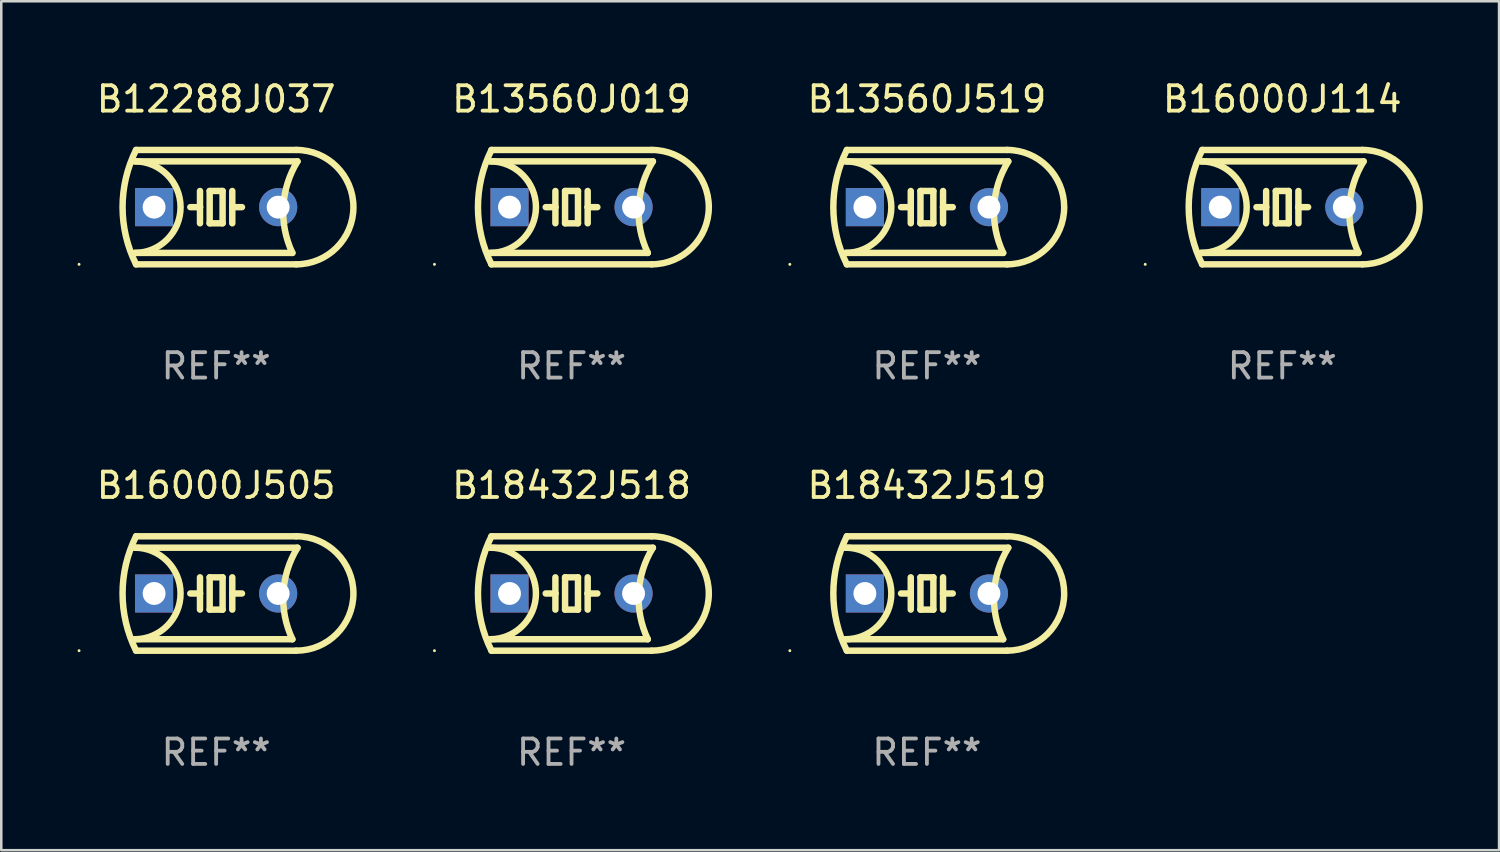
<source format=kicad_pcb>
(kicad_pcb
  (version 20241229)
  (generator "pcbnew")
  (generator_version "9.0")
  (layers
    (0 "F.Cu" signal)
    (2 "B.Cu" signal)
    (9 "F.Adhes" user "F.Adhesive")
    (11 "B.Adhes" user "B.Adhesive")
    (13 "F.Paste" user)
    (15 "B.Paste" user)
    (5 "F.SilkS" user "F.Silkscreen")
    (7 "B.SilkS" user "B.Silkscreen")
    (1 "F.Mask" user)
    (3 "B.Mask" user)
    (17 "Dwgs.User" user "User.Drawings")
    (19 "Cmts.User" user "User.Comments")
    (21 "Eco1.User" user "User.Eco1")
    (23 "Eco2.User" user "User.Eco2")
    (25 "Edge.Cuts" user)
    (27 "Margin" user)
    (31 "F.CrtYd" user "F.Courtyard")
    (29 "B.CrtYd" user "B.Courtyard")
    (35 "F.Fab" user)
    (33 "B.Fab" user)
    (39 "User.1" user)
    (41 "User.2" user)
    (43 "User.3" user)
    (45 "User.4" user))
  (footprint "B16000J114"
    (layer "F.Cu")
    (at 47.39 5.098)
    (property "Reference" "B16000J114" (at 0 -4.25 0) (layer "F.SilkS") (effects (font (size 1 1) (thickness 0.15))))
    (attr through_hole)
    (fp_line (start -3.2 -1.8) (end 3.2 -1.8) (stroke (width 0.254) (type solid)) (layer "F.SilkS"))
    (fp_line (start -3.15 2.25) (end 3.15 2.25) (stroke (width 0.254) (type solid)) (layer "F.SilkS"))
    (fp_line (start -0.635 -0.635) (end -0.635 0) (stroke (width 0.254) (type solid)) (layer "F.SilkS"))
    (fp_line (start -0.635 0) (end -1.016 0) (stroke (width 0.254) (type solid)) (layer "F.SilkS"))
    (fp_line (start -0.635 0) (end -0.635 0.635) (stroke (width 0.254) (type solid)) (layer "F.SilkS"))
    (fp_line (start -0.254 -0.635) (end -0.254 0.635) (stroke (width 0.254) (type solid)) (layer "F.SilkS"))
    (fp_line (start -0.254 0.635) (end 0.254 0.635) (stroke (width 0.254) (type solid)) (layer "F.SilkS"))
    (fp_line (start 0.254 -0.635) (end -0.254 -0.635) (stroke (width 0.254) (type solid)) (layer "F.SilkS"))
    (fp_line (start 0.254 0.635) (end 0.254 -0.635) (stroke (width 0.254) (type solid)) (layer "F.SilkS"))
    (fp_line (start 0.635 -0.635) (end 0.635 0) (stroke (width 0.254) (type solid)) (layer "F.SilkS"))
    (fp_line (start 0.635 0) (end 0.635 0.635) (stroke (width 0.254) (type solid)) (layer "F.SilkS"))
    (fp_line (start 0.635 0) (end 1.016 0) (stroke (width 0.254) (type solid)) (layer "F.SilkS"))
    (fp_line (start 3 1.8) (end -3.2 1.8) (stroke (width 0.254) (type solid)) (layer "F.SilkS"))
    (fp_line (start 3.15 -2.25) (end -3.15 -2.25) (stroke (width 0.254) (type solid)) (layer "F.SilkS"))
    (fp_arc (start -3.200406 -1.800864) (mid -1.399974 -0.000635) (end -3.2 1.8) (stroke (width 0.254001) (type solid)) (layer "F.SilkS"))
    (fp_arc (start -3.149606 2.250444) (mid -3.680941 0.000261) (end -3.149987 -2.250013) (stroke (width 0.254001) (type solid)) (layer "F.SilkS"))
    (fp_arc (start 2.999746 1.800863) (mid 2.642982 -0.024977) (end 3.2 -1.8) (stroke (width 0.254001) (type solid)) (layer "F.SilkS"))
    (fp_arc (start 3.149607 -2.250445) (mid 5.399848 -0.000406) (end 3.149987 2.250013) (stroke (width 0.254001) (type solid)) (layer "F.SilkS"))
    (fp_circle (center -5.392 2.25) (end -5.362 2.25) (stroke (width 0.06) (type solid)) (fill no) (layer "F.SilkS"))
    (fp_text user "REF**" (at 0 6.25 0) (layer "F.Fab") (effects (font (size 1 1) (thickness 0.15))))
    (pad "1" thru_hole rect (at -2.44 0) (size 1.5 1.5) (drill 0.9) (layers "*.Cu" "*.Mask"))
    (pad "2" thru_hole circle (at 2.44 0) (size 1.5 1.5) (drill 0.9) (layers "*.Cu" "*.Mask")))
  (footprint "B13560J519"
    (layer "F.Cu")
    (at 33.411 5.098)
    (property "Reference" "B13560J519" (at 0 -4.25 0) (layer "F.SilkS") (effects (font (size 1 1) (thickness 0.15))))
    (attr through_hole)
    (fp_line (start -3.2 -1.8) (end 3.2 -1.8) (stroke (width 0.254) (type solid)) (layer "F.SilkS"))
    (fp_line (start -3.15 2.25) (end 3.15 2.25) (stroke (width 0.254) (type solid)) (layer "F.SilkS"))
    (fp_line (start -0.635 -0.635) (end -0.635 0) (stroke (width 0.254) (type solid)) (layer "F.SilkS"))
    (fp_line (start -0.635 0) (end -1.016 0) (stroke (width 0.254) (type solid)) (layer "F.SilkS"))
    (fp_line (start -0.635 0) (end -0.635 0.635) (stroke (width 0.254) (type solid)) (layer "F.SilkS"))
    (fp_line (start -0.254 -0.635) (end -0.254 0.635) (stroke (width 0.254) (type solid)) (layer "F.SilkS"))
    (fp_line (start -0.254 0.635) (end 0.254 0.635) (stroke (width 0.254) (type solid)) (layer "F.SilkS"))
    (fp_line (start 0.254 -0.635) (end -0.254 -0.635) (stroke (width 0.254) (type solid)) (layer "F.SilkS"))
    (fp_line (start 0.254 0.635) (end 0.254 -0.635) (stroke (width 0.254) (type solid)) (layer "F.SilkS"))
    (fp_line (start 0.635 -0.635) (end 0.635 0) (stroke (width 0.254) (type solid)) (layer "F.SilkS"))
    (fp_line (start 0.635 0) (end 0.635 0.635) (stroke (width 0.254) (type solid)) (layer "F.SilkS"))
    (fp_line (start 0.635 0) (end 1.016 0) (stroke (width 0.254) (type solid)) (layer "F.SilkS"))
    (fp_line (start 3 1.8) (end -3.2 1.8) (stroke (width 0.254) (type solid)) (layer "F.SilkS"))
    (fp_line (start 3.15 -2.25) (end -3.15 -2.25) (stroke (width 0.254) (type solid)) (layer "F.SilkS"))
    (fp_arc (start -3.200406 -1.800864) (mid -1.399974 -0.000635) (end -3.2 1.8) (stroke (width 0.254001) (type solid)) (layer "F.SilkS"))
    (fp_arc (start -3.149606 2.250444) (mid -3.680941 0.000261) (end -3.149987 -2.250013) (stroke (width 0.254001) (type solid)) (layer "F.SilkS"))
    (fp_arc (start 2.999746 1.800863) (mid 2.642982 -0.024977) (end 3.2 -1.8) (stroke (width 0.254001) (type solid)) (layer "F.SilkS"))
    (fp_arc (start 3.149607 -2.250445) (mid 5.399848 -0.000406) (end 3.149987 2.250013) (stroke (width 0.254001) (type solid)) (layer "F.SilkS"))
    (fp_circle (center -5.392 2.25) (end -5.362 2.25) (stroke (width 0.06) (type solid)) (fill no) (layer "F.SilkS"))
    (fp_text user "REF**" (at 0 6.25 0) (layer "F.Fab") (effects (font (size 1 1) (thickness 0.15))))
    (pad "1" thru_hole rect (at -2.44 0) (size 1.5 1.5) (drill 0.9) (layers "*.Cu" "*.Mask"))
    (pad "2" thru_hole circle (at 2.44 0) (size 1.5 1.5) (drill 0.9) (layers "*.Cu" "*.Mask")))
  (footprint "B18432J519"
    (layer "F.Cu")
    (at 33.411 20.295)
    (property "Reference" "B18432J519" (at 0 -4.25 0) (layer "F.SilkS") (effects (font (size 1 1) (thickness 0.15))))
    (attr through_hole)
    (fp_line (start -3.2 -1.8) (end 3.2 -1.8) (stroke (width 0.254) (type solid)) (layer "F.SilkS"))
    (fp_line (start -3.15 2.25) (end 3.15 2.25) (stroke (width 0.254) (type solid)) (layer "F.SilkS"))
    (fp_line (start -0.635 -0.635) (end -0.635 0) (stroke (width 0.254) (type solid)) (layer "F.SilkS"))
    (fp_line (start -0.635 0) (end -1.016 0) (stroke (width 0.254) (type solid)) (layer "F.SilkS"))
    (fp_line (start -0.635 0) (end -0.635 0.635) (stroke (width 0.254) (type solid)) (layer "F.SilkS"))
    (fp_line (start -0.254 -0.635) (end -0.254 0.635) (stroke (width 0.254) (type solid)) (layer "F.SilkS"))
    (fp_line (start -0.254 0.635) (end 0.254 0.635) (stroke (width 0.254) (type solid)) (layer "F.SilkS"))
    (fp_line (start 0.254 -0.635) (end -0.254 -0.635) (stroke (width 0.254) (type solid)) (layer "F.SilkS"))
    (fp_line (start 0.254 0.635) (end 0.254 -0.635) (stroke (width 0.254) (type solid)) (layer "F.SilkS"))
    (fp_line (start 0.635 -0.635) (end 0.635 0) (stroke (width 0.254) (type solid)) (layer "F.SilkS"))
    (fp_line (start 0.635 0) (end 0.635 0.635) (stroke (width 0.254) (type solid)) (layer "F.SilkS"))
    (fp_line (start 0.635 0) (end 1.016 0) (stroke (width 0.254) (type solid)) (layer "F.SilkS"))
    (fp_line (start 3 1.8) (end -3.2 1.8) (stroke (width 0.254) (type solid)) (layer "F.SilkS"))
    (fp_line (start 3.15 -2.25) (end -3.15 -2.25) (stroke (width 0.254) (type solid)) (layer "F.SilkS"))
    (fp_arc (start -3.200406 -1.800864) (mid -1.399974 -0.000635) (end -3.2 1.8) (stroke (width 0.254001) (type solid)) (layer "F.SilkS"))
    (fp_arc (start -3.149606 2.250444) (mid -3.680941 0.000261) (end -3.149987 -2.250013) (stroke (width 0.254001) (type solid)) (layer "F.SilkS"))
    (fp_arc (start 2.999746 1.800863) (mid 2.642982 -0.024977) (end 3.2 -1.8) (stroke (width 0.254001) (type solid)) (layer "F.SilkS"))
    (fp_arc (start 3.149607 -2.250445) (mid 5.399848 -0.000406) (end 3.149987 2.250013) (stroke (width 0.254001) (type solid)) (layer "F.SilkS"))
    (fp_circle (center -5.392 2.25) (end -5.362 2.25) (stroke (width 0.06) (type solid)) (fill no) (layer "F.SilkS"))
    (fp_text user "REF**" (at 0 6.25 0) (layer "F.Fab") (effects (font (size 1 1) (thickness 0.15))))
    (pad "1" thru_hole rect (at -2.44 0) (size 1.5 1.5) (drill 0.9) (layers "*.Cu" "*.Mask"))
    (pad "2" thru_hole circle (at 2.44 0) (size 1.5 1.5) (drill 0.9) (layers "*.Cu" "*.Mask")))
  (footprint "B13560J019"
    (layer "F.Cu")
    (at 19.432 5.098)
    (property "Reference" "B13560J019" (at 0 -4.25 0) (layer "F.SilkS") (effects (font (size 1 1) (thickness 0.15))))
    (attr through_hole)
    (fp_line (start -3.2 -1.8) (end 3.2 -1.8) (stroke (width 0.254) (type solid)) (layer "F.SilkS"))
    (fp_line (start -3.15 2.25) (end 3.15 2.25) (stroke (width 0.254) (type solid)) (layer "F.SilkS"))
    (fp_line (start -0.635 -0.635) (end -0.635 0) (stroke (width 0.254) (type solid)) (layer "F.SilkS"))
    (fp_line (start -0.635 0) (end -1.016 0) (stroke (width 0.254) (type solid)) (layer "F.SilkS"))
    (fp_line (start -0.635 0) (end -0.635 0.635) (stroke (width 0.254) (type solid)) (layer "F.SilkS"))
    (fp_line (start -0.254 -0.635) (end -0.254 0.635) (stroke (width 0.254) (type solid)) (layer "F.SilkS"))
    (fp_line (start -0.254 0.635) (end 0.254 0.635) (stroke (width 0.254) (type solid)) (layer "F.SilkS"))
    (fp_line (start 0.254 -0.635) (end -0.254 -0.635) (stroke (width 0.254) (type solid)) (layer "F.SilkS"))
    (fp_line (start 0.254 0.635) (end 0.254 -0.635) (stroke (width 0.254) (type solid)) (layer "F.SilkS"))
    (fp_line (start 0.635 -0.635) (end 0.635 0) (stroke (width 0.254) (type solid)) (layer "F.SilkS"))
    (fp_line (start 0.635 0) (end 0.635 0.635) (stroke (width 0.254) (type solid)) (layer "F.SilkS"))
    (fp_line (start 0.635 0) (end 1.016 0) (stroke (width 0.254) (type solid)) (layer "F.SilkS"))
    (fp_line (start 3 1.8) (end -3.2 1.8) (stroke (width 0.254) (type solid)) (layer "F.SilkS"))
    (fp_line (start 3.15 -2.25) (end -3.15 -2.25) (stroke (width 0.254) (type solid)) (layer "F.SilkS"))
    (fp_arc (start -3.200406 -1.800864) (mid -1.399974 -0.000635) (end -3.2 1.8) (stroke (width 0.254001) (type solid)) (layer "F.SilkS"))
    (fp_arc (start -3.149606 2.250444) (mid -3.680941 0.000261) (end -3.149987 -2.250013) (stroke (width 0.254001) (type solid)) (layer "F.SilkS"))
    (fp_arc (start 2.999746 1.800863) (mid 2.642982 -0.024977) (end 3.2 -1.8) (stroke (width 0.254001) (type solid)) (layer "F.SilkS"))
    (fp_arc (start 3.149607 -2.250445) (mid 5.399848 -0.000406) (end 3.149987 2.250013) (stroke (width 0.254001) (type solid)) (layer "F.SilkS"))
    (fp_circle (center -5.392 2.25) (end -5.362 2.25) (stroke (width 0.06) (type solid)) (fill no) (layer "F.SilkS"))
    (fp_text user "REF**" (at 0 6.25 0) (layer "F.Fab") (effects (font (size 1 1) (thickness 0.15))))
    (pad "1" thru_hole rect (at -2.44 0) (size 1.5 1.5) (drill 0.9) (layers "*.Cu" "*.Mask"))
    (pad "2" thru_hole circle (at 2.44 0) (size 1.5 1.5) (drill 0.9) (layers "*.Cu" "*.Mask")))
  (footprint "B18432J518"
    (layer "F.Cu")
    (at 19.432 20.295)
    (property "Reference" "B18432J518" (at 0 -4.25 0) (layer "F.SilkS") (effects (font (size 1 1) (thickness 0.15))))
    (attr through_hole)
    (fp_line (start -3.2 -1.8) (end 3.2 -1.8) (stroke (width 0.254) (type solid)) (layer "F.SilkS"))
    (fp_line (start -3.15 2.25) (end 3.15 2.25) (stroke (width 0.254) (type solid)) (layer "F.SilkS"))
    (fp_line (start -0.635 -0.635) (end -0.635 0) (stroke (width 0.254) (type solid)) (layer "F.SilkS"))
    (fp_line (start -0.635 0) (end -1.016 0) (stroke (width 0.254) (type solid)) (layer "F.SilkS"))
    (fp_line (start -0.635 0) (end -0.635 0.635) (stroke (width 0.254) (type solid)) (layer "F.SilkS"))
    (fp_line (start -0.254 -0.635) (end -0.254 0.635) (stroke (width 0.254) (type solid)) (layer "F.SilkS"))
    (fp_line (start -0.254 0.635) (end 0.254 0.635) (stroke (width 0.254) (type solid)) (layer "F.SilkS"))
    (fp_line (start 0.254 -0.635) (end -0.254 -0.635) (stroke (width 0.254) (type solid)) (layer "F.SilkS"))
    (fp_line (start 0.254 0.635) (end 0.254 -0.635) (stroke (width 0.254) (type solid)) (layer "F.SilkS"))
    (fp_line (start 0.635 -0.635) (end 0.635 0) (stroke (width 0.254) (type solid)) (layer "F.SilkS"))
    (fp_line (start 0.635 0) (end 0.635 0.635) (stroke (width 0.254) (type solid)) (layer "F.SilkS"))
    (fp_line (start 0.635 0) (end 1.016 0) (stroke (width 0.254) (type solid)) (layer "F.SilkS"))
    (fp_line (start 3 1.8) (end -3.2 1.8) (stroke (width 0.254) (type solid)) (layer "F.SilkS"))
    (fp_line (start 3.15 -2.25) (end -3.15 -2.25) (stroke (width 0.254) (type solid)) (layer "F.SilkS"))
    (fp_arc (start -3.200406 -1.800864) (mid -1.399974 -0.000635) (end -3.2 1.8) (stroke (width 0.254001) (type solid)) (layer "F.SilkS"))
    (fp_arc (start -3.149606 2.250444) (mid -3.680941 0.000261) (end -3.149987 -2.250013) (stroke (width 0.254001) (type solid)) (layer "F.SilkS"))
    (fp_arc (start 2.999746 1.800863) (mid 2.642982 -0.024977) (end 3.2 -1.8) (stroke (width 0.254001) (type solid)) (layer "F.SilkS"))
    (fp_arc (start 3.149607 -2.250445) (mid 5.399848 -0.000406) (end 3.149987 2.250013) (stroke (width 0.254001) (type solid)) (layer "F.SilkS"))
    (fp_circle (center -5.392 2.25) (end -5.362 2.25) (stroke (width 0.06) (type solid)) (fill no) (layer "F.SilkS"))
    (fp_text user "REF**" (at 0 6.25 0) (layer "F.Fab") (effects (font (size 1 1) (thickness 0.15))))
    (pad "1" thru_hole rect (at -2.44 0) (size 1.5 1.5) (drill 0.9) (layers "*.Cu" "*.Mask"))
    (pad "2" thru_hole circle (at 2.44 0) (size 1.5 1.5) (drill 0.9) (layers "*.Cu" "*.Mask")))
  (footprint "B12288J037"
    (layer "F.Cu")
    (at 5.452 5.098)
    (property "Reference" "B12288J037" (at 0 -4.25 0) (layer "F.SilkS") (effects (font (size 1 1) (thickness 0.15))))
    (attr through_hole)
    (fp_line (start -3.2 -1.8) (end 3.2 -1.8) (stroke (width 0.254) (type solid)) (layer "F.SilkS"))
    (fp_line (start -3.15 2.25) (end 3.15 2.25) (stroke (width 0.254) (type solid)) (layer "F.SilkS"))
    (fp_line (start -0.635 -0.635) (end -0.635 0) (stroke (width 0.254) (type solid)) (layer "F.SilkS"))
    (fp_line (start -0.635 0) (end -1.016 0) (stroke (width 0.254) (type solid)) (layer "F.SilkS"))
    (fp_line (start -0.635 0) (end -0.635 0.635) (stroke (width 0.254) (type solid)) (layer "F.SilkS"))
    (fp_line (start -0.254 -0.635) (end -0.254 0.635) (stroke (width 0.254) (type solid)) (layer "F.SilkS"))
    (fp_line (start -0.254 0.635) (end 0.254 0.635) (stroke (width 0.254) (type solid)) (layer "F.SilkS"))
    (fp_line (start 0.254 -0.635) (end -0.254 -0.635) (stroke (width 0.254) (type solid)) (layer "F.SilkS"))
    (fp_line (start 0.254 0.635) (end 0.254 -0.635) (stroke (width 0.254) (type solid)) (layer "F.SilkS"))
    (fp_line (start 0.635 -0.635) (end 0.635 0) (stroke (width 0.254) (type solid)) (layer "F.SilkS"))
    (fp_line (start 0.635 0) (end 0.635 0.635) (stroke (width 0.254) (type solid)) (layer "F.SilkS"))
    (fp_line (start 0.635 0) (end 1.016 0) (stroke (width 0.254) (type solid)) (layer "F.SilkS"))
    (fp_line (start 3 1.8) (end -3.2 1.8) (stroke (width 0.254) (type solid)) (layer "F.SilkS"))
    (fp_line (start 3.15 -2.25) (end -3.15 -2.25) (stroke (width 0.254) (type solid)) (layer "F.SilkS"))
    (fp_arc (start -3.200406 -1.800864) (mid -1.399974 -0.000635) (end -3.2 1.8) (stroke (width 0.254001) (type solid)) (layer "F.SilkS"))
    (fp_arc (start -3.149606 2.250444) (mid -3.680941 0.000261) (end -3.149987 -2.250013) (stroke (width 0.254001) (type solid)) (layer "F.SilkS"))
    (fp_arc (start 2.999746 1.800863) (mid 2.642982 -0.024977) (end 3.2 -1.8) (stroke (width 0.254001) (type solid)) (layer "F.SilkS"))
    (fp_arc (start 3.149607 -2.250445) (mid 5.399848 -0.000406) (end 3.149987 2.250013) (stroke (width 0.254001) (type solid)) (layer "F.SilkS"))
    (fp_circle (center -5.392 2.25) (end -5.362 2.25) (stroke (width 0.06) (type solid)) (fill no) (layer "F.SilkS"))
    (fp_text user "REF**" (at 0 6.25 0) (layer "F.Fab") (effects (font (size 1 1) (thickness 0.15))))
    (pad "1" thru_hole rect (at -2.44 0) (size 1.5 1.5) (drill 0.9) (layers "*.Cu" "*.Mask"))
    (pad "2" thru_hole circle (at 2.44 0) (size 1.5 1.5) (drill 0.9) (layers "*.Cu" "*.Mask")))
  (footprint "B16000J505"
    (layer "F.Cu")
    (at 5.452 20.295)
    (property "Reference" "B16000J505" (at 0 -4.25 0) (layer "F.SilkS") (effects (font (size 1 1) (thickness 0.15))))
    (attr through_hole)
    (fp_line (start -3.2 -1.8) (end 3.2 -1.8) (stroke (width 0.254) (type solid)) (layer "F.SilkS"))
    (fp_line (start -3.15 2.25) (end 3.15 2.25) (stroke (width 0.254) (type solid)) (layer "F.SilkS"))
    (fp_line (start -0.635 -0.635) (end -0.635 0) (stroke (width 0.254) (type solid)) (layer "F.SilkS"))
    (fp_line (start -0.635 0) (end -1.016 0) (stroke (width 0.254) (type solid)) (layer "F.SilkS"))
    (fp_line (start -0.635 0) (end -0.635 0.635) (stroke (width 0.254) (type solid)) (layer "F.SilkS"))
    (fp_line (start -0.254 -0.635) (end -0.254 0.635) (stroke (width 0.254) (type solid)) (layer "F.SilkS"))
    (fp_line (start -0.254 0.635) (end 0.254 0.635) (stroke (width 0.254) (type solid)) (layer "F.SilkS"))
    (fp_line (start 0.254 -0.635) (end -0.254 -0.635) (stroke (width 0.254) (type solid)) (layer "F.SilkS"))
    (fp_line (start 0.254 0.635) (end 0.254 -0.635) (stroke (width 0.254) (type solid)) (layer "F.SilkS"))
    (fp_line (start 0.635 -0.635) (end 0.635 0) (stroke (width 0.254) (type solid)) (layer "F.SilkS"))
    (fp_line (start 0.635 0) (end 0.635 0.635) (stroke (width 0.254) (type solid)) (layer "F.SilkS"))
    (fp_line (start 0.635 0) (end 1.016 0) (stroke (width 0.254) (type solid)) (layer "F.SilkS"))
    (fp_line (start 3 1.8) (end -3.2 1.8) (stroke (width 0.254) (type solid)) (layer "F.SilkS"))
    (fp_line (start 3.15 -2.25) (end -3.15 -2.25) (stroke (width 0.254) (type solid)) (layer "F.SilkS"))
    (fp_arc (start -3.200406 -1.800864) (mid -1.399974 -0.000635) (end -3.2 1.8) (stroke (width 0.254001) (type solid)) (layer "F.SilkS"))
    (fp_arc (start -3.149606 2.250444) (mid -3.680941 0.000261) (end -3.149987 -2.250013) (stroke (width 0.254001) (type solid)) (layer "F.SilkS"))
    (fp_arc (start 2.999746 1.800863) (mid 2.642982 -0.024977) (end 3.2 -1.8) (stroke (width 0.254001) (type solid)) (layer "F.SilkS"))
    (fp_arc (start 3.149607 -2.250445) (mid 5.399848 -0.000406) (end 3.149987 2.250013) (stroke (width 0.254001) (type solid)) (layer "F.SilkS"))
    (fp_circle (center -5.392 2.25) (end -5.362 2.25) (stroke (width 0.06) (type solid)) (fill no) (layer "F.SilkS"))
    (fp_text user "REF**" (at 0 6.25 0) (layer "F.Fab") (effects (font (size 1 1) (thickness 0.15))))
    (pad "1" thru_hole rect (at -2.44 0) (size 1.5 1.5) (drill 0.9) (layers "*.Cu" "*.Mask"))
    (pad "2" thru_hole circle (at 2.44 0) (size 1.5 1.5) (drill 0.9) (layers "*.Cu" "*.Mask")))
  (gr_rect
    (start -3 -3)
    (end 55.917 30.393)
    (stroke (width 0.1) (type default))
    (fill no)
    (layer "Edge.Cuts")))
</source>
